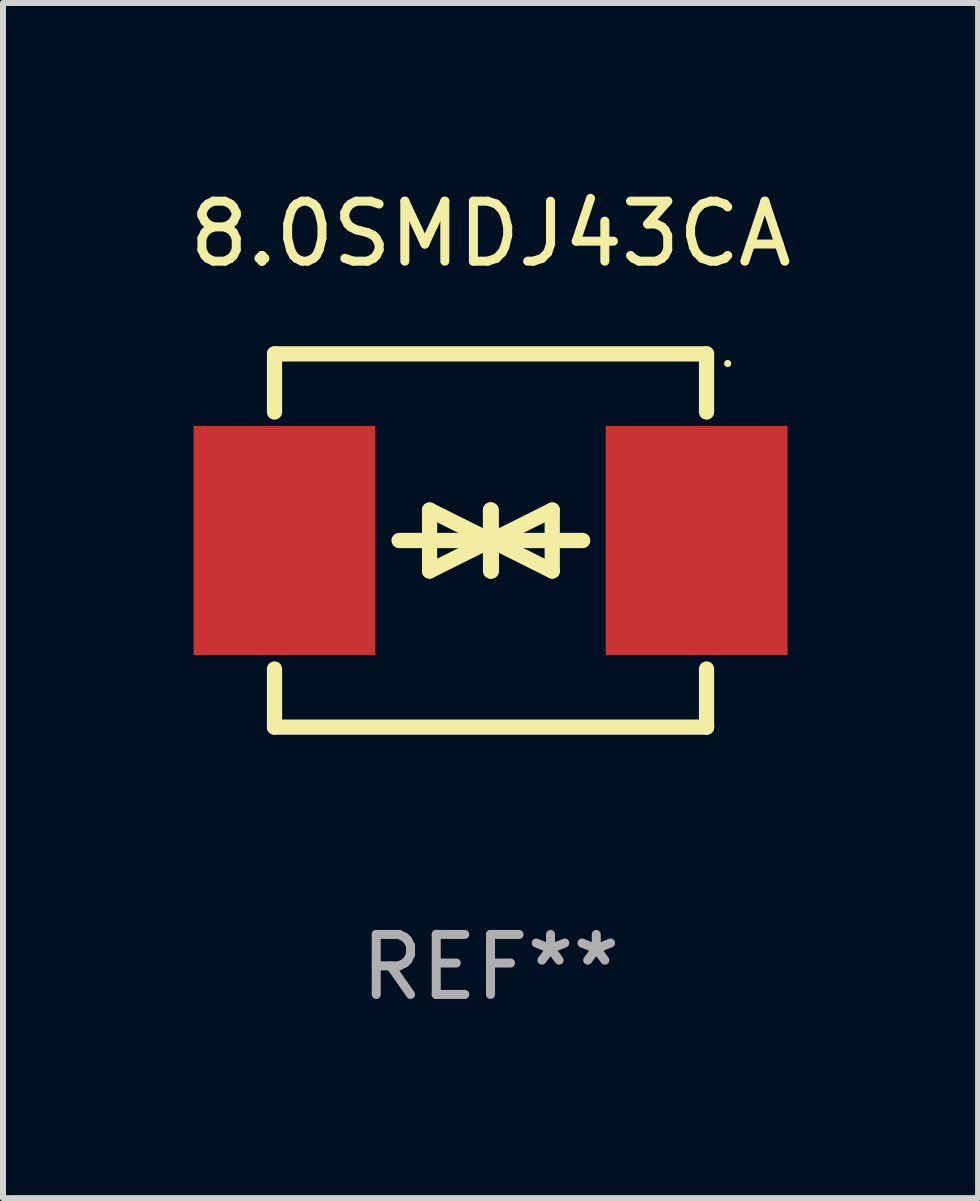
<source format=kicad_pcb>
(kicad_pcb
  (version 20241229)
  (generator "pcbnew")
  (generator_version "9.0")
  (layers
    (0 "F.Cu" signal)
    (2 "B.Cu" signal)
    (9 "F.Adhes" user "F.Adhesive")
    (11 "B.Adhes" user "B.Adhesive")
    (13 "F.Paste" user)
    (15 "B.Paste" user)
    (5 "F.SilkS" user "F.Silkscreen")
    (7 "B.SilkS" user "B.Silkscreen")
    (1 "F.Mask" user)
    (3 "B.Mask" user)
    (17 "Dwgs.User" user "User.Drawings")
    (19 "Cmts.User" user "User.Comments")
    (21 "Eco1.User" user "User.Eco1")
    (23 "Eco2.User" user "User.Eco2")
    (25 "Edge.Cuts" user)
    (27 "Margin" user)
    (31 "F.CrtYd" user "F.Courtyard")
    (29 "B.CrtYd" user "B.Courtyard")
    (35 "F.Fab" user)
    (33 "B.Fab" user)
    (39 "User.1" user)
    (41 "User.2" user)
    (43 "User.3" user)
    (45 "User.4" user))
  (footprint "8.0SMDJ43CA"
    (layer "F.Cu")
    (at 5.125 5.958)
    (property "Reference" "8.0SMDJ43CA" (at 0 -5.11 0) (layer "F.SilkS") (effects (font (size 1 1) (thickness 0.15))))
    (attr through_hole)
    (fp_line (start -3.6 -2.141) (end -3.6 -3.11) (stroke (width 0.254) (type solid)) (layer "F.SilkS"))
    (fp_line (start -3.6 3.11) (end -3.6 2.141) (stroke (width 0.254) (type solid)) (layer "F.SilkS"))
    (fp_line (start -1.524 0) (end 0.508 0) (stroke (width 0.254) (type solid)) (layer "F.SilkS"))
    (fp_line (start -1.016 -0.508) (end -1.016 0.508) (stroke (width 0.254) (type solid)) (layer "F.SilkS"))
    (fp_line (start -1.016 0.508) (end 0 0) (stroke (width 0.254) (type solid)) (layer "F.SilkS"))
    (fp_line (start 0 -0.508) (end 0 0.508) (stroke (width 0.254) (type solid)) (layer "F.SilkS"))
    (fp_line (start 0 0) (end -1.016 -0.508) (stroke (width 0.254) (type solid)) (layer "F.SilkS"))
    (fp_line (start 0 0) (end 0 -0.508) (stroke (width 0.254) (type solid)) (layer "F.SilkS"))
    (fp_line (start 0.012 0) (end 0.012 0.508) (stroke (width 0.254) (type solid)) (layer "F.SilkS"))
    (fp_line (start 0.012 0) (end 1.028 0.508) (stroke (width 0.254) (type solid)) (layer "F.SilkS"))
    (fp_line (start 0.012 0.508) (end 0.012 -0.508) (stroke (width 0.254) (type solid)) (layer "F.SilkS"))
    (fp_line (start 1.028 -0.508) (end 0.012 0) (stroke (width 0.254) (type solid)) (layer "F.SilkS"))
    (fp_line (start 1.028 0.508) (end 1.028 -0.508) (stroke (width 0.254) (type solid)) (layer "F.SilkS"))
    (fp_line (start 1.536 0) (end -0.496 0) (stroke (width 0.254) (type solid)) (layer "F.SilkS"))
    (fp_line (start 3.6 -3.11) (end -3.6 -3.11) (stroke (width 0.254) (type solid)) (layer "F.SilkS"))
    (fp_line (start 3.6 -2.141) (end 3.6 -3.11) (stroke (width 0.254) (type solid)) (layer "F.SilkS"))
    (fp_line (start 3.6 3.11) (end -3.6 3.11) (stroke (width 0.254) (type solid)) (layer "F.SilkS"))
    (fp_line (start 3.6 3.11) (end 3.6 2.141) (stroke (width 0.254) (type solid)) (layer "F.SilkS"))
    (fp_circle (center 3.952 -2.95) (end 3.982 -2.95) (stroke (width 0.06) (type solid)) (fill no) (layer "F.SilkS"))
    (fp_text user "REF**" (at 0 7.11 0) (layer "F.Fab") (effects (font (size 1 1) (thickness 0.15))))
    (pad "1" smd rect (at 3.435 0) (size 3.03 3.82) (layers "F.Cu" "F.Mask" "F.Paste"))
    (pad "2" smd rect (at -3.435 0) (size 3.03 3.82) (layers "F.Cu" "F.Mask" "F.Paste")))
  (gr_rect
    (start -3 -3)
    (end 13.25 16.917)
    (stroke (width 0.1) (type default))
    (fill no)
    (layer "Edge.Cuts")))
</source>
